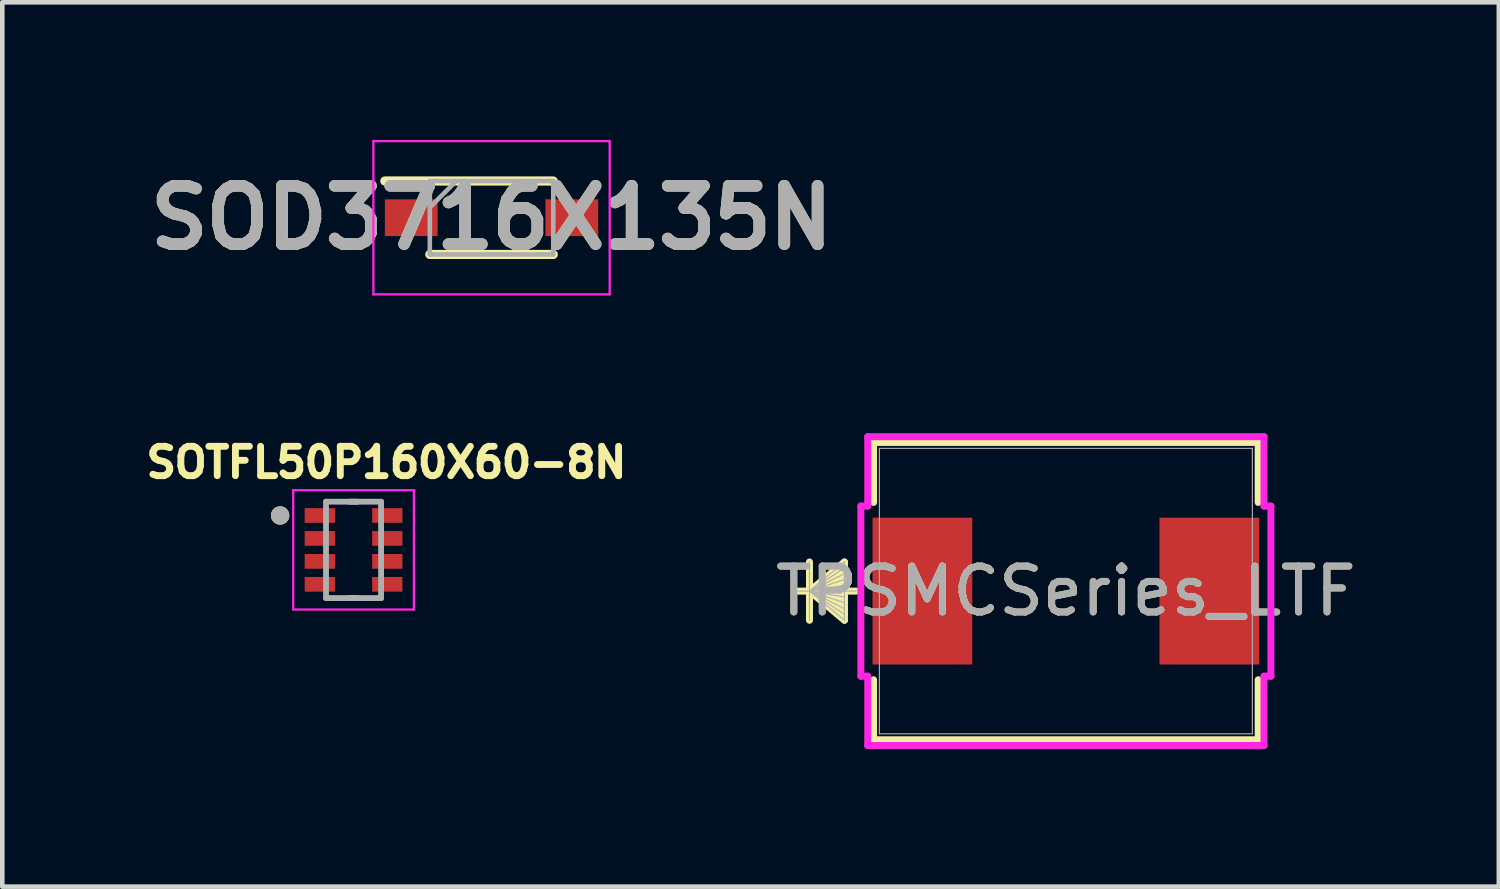
<source format=kicad_pcb>
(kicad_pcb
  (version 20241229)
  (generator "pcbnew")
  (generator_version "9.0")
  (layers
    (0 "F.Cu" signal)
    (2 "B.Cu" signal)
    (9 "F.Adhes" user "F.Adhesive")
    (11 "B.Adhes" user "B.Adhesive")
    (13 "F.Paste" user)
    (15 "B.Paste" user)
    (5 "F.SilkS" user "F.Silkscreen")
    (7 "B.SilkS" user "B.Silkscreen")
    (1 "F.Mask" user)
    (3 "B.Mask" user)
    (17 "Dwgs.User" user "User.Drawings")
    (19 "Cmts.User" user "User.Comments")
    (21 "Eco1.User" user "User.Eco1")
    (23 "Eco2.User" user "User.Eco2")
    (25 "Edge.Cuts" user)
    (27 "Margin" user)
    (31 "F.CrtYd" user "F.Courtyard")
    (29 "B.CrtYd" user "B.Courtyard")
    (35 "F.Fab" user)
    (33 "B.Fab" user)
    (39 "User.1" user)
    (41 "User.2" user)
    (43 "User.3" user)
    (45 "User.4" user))
  (footprint "SOD3716X135N"
    (layer "F.Cu")
    (at 7.662 1.695)
    (property "Reference" "SOD3716X135N" (at 0 0 0) (layer "F.SilkS") (effects (font (size 1.27 1.27) (thickness 0.254))))
    (attr smd)
    (fp_line (start -2.325 -0.8) (end 1.345 -0.8) (stroke (width 0.2) (type solid)) (layer "F.SilkS"))
    (fp_line (start -1.345 0.8) (end 1.345 0.8) (stroke (width 0.2) (type solid)) (layer "F.SilkS"))
    (fp_line (start -2.575 -1.67) (end 2.575 -1.67) (stroke (width 0.05) (type solid)) (layer "F.CrtYd"))
    (fp_line (start -2.575 1.67) (end -2.575 -1.67) (stroke (width 0.05) (type solid)) (layer "F.CrtYd"))
    (fp_line (start 2.575 -1.67) (end 2.575 1.67) (stroke (width 0.05) (type solid)) (layer "F.CrtYd"))
    (fp_line (start 2.575 1.67) (end -2.575 1.67) (stroke (width 0.05) (type solid)) (layer "F.CrtYd"))
    (fp_line (start -1.345 -0.8) (end 1.345 -0.8) (stroke (width 0.1) (type solid)) (layer "F.Fab"))
    (fp_line (start -1.345 -0.225) (end -0.77 -0.8) (stroke (width 0.1) (type solid)) (layer "F.Fab"))
    (fp_line (start -1.345 0.8) (end -1.345 -0.8) (stroke (width 0.1) (type solid)) (layer "F.Fab"))
    (fp_line (start 1.345 -0.8) (end 1.345 0.8) (stroke (width 0.1) (type solid)) (layer "F.Fab"))
    (fp_line (start 1.345 0.8) (end -1.345 0.8) (stroke (width 0.1) (type solid)) (layer "F.Fab"))
    (fp_text user "${REFERENCE}" (at 0 0 0) (layer "F.Fab") (effects (font (size 1.27 1.27) (thickness 0.254))))
    (pad "1" smd rect (at -1.75 0 90) (size 0.8 1.15) (layers "F.Cu" "F.Mask" "F.Paste"))
    (pad "2" smd rect (at 1.75 0 90) (size 0.8 1.15) (layers "F.Cu" "F.Mask" "F.Paste")))
  (footprint "SOTFL50P160X60-8N"
    (layer "F.Cu")
    (at 4.655 8.934)
    (property "Reference" "SOTFL50P160X60-8N" (at 0.717 -1.906 0) (layer "F.SilkS") (effects (font (size 0.64 0.64) (thickness 0.15))))
    (attr smd)
    (fp_poly (pts (xy -1.115 -0.96) (xy -0.355 -0.96) (xy -0.355 -0.54) (xy -1.115 -0.54)) (stroke (width 0.01) (type solid)) (fill yes) (layer "F.Mask"))
    (fp_poly (pts (xy -1.115 -0.46) (xy -0.355 -0.46) (xy -0.355 -0.04) (xy -1.115 -0.04)) (stroke (width 0.01) (type solid)) (fill yes) (layer "F.Mask"))
    (fp_poly (pts (xy -1.115 0.04) (xy -0.355 0.04) (xy -0.355 0.46) (xy -1.115 0.46)) (stroke (width 0.01) (type solid)) (fill yes) (layer "F.Mask"))
    (fp_poly (pts (xy -1.115 0.54) (xy -0.355 0.54) (xy -0.355 0.96) (xy -1.115 0.96)) (stroke (width 0.01) (type solid)) (fill yes) (layer "F.Mask"))
    (fp_poly (pts (xy 0.355 -0.96) (xy 1.115 -0.96) (xy 1.115 -0.54) (xy 0.355 -0.54)) (stroke (width 0.01) (type solid)) (fill yes) (layer "F.Mask"))
    (fp_poly (pts (xy 0.355 -0.46) (xy 1.115 -0.46) (xy 1.115 -0.04) (xy 0.355 -0.04)) (stroke (width 0.01) (type solid)) (fill yes) (layer "F.Mask"))
    (fp_poly (pts (xy 0.355 0.04) (xy 1.115 0.04) (xy 1.115 0.46) (xy 0.355 0.46)) (stroke (width 0.01) (type solid)) (fill yes) (layer "F.Mask"))
    (fp_poly (pts (xy 0.355 0.54) (xy 1.115 0.54) (xy 1.115 0.96) (xy 0.355 0.96)) (stroke (width 0.01) (type solid)) (fill yes) (layer "F.Mask"))
    (fp_line (start -0.085 -1.05) (end 0.085 -1.05) (stroke (width 0.127) (type solid)) (layer "F.SilkS"))
    (fp_line (start 0.085 1.05) (end -0.085 1.05) (stroke (width 0.127) (type solid)) (layer "F.SilkS"))
    (fp_circle (center -1.6 -0.75) (end -1.5 -0.75) (stroke (width 0.2) (type solid)) (fill no) (layer "F.SilkS"))
    (fp_line (start -1.315 -1.3) (end 1.315 -1.3) (stroke (width 0.05) (type solid)) (layer "F.CrtYd"))
    (fp_line (start -1.315 1.3) (end -1.315 -1.3) (stroke (width 0.05) (type solid)) (layer "F.CrtYd"))
    (fp_line (start 1.315 -1.3) (end 1.315 1.3) (stroke (width 0.05) (type solid)) (layer "F.CrtYd"))
    (fp_line (start 1.315 1.3) (end -1.315 1.3) (stroke (width 0.05) (type solid)) (layer "F.CrtYd"))
    (fp_line (start -0.6 -1.05) (end 0.6 -1.05) (stroke (width 0.127) (type solid)) (layer "F.Fab"))
    (fp_line (start -0.6 1.05) (end -0.6 -1.05) (stroke (width 0.127) (type solid)) (layer "F.Fab"))
    (fp_line (start 0.6 -1.05) (end 0.6 1.05) (stroke (width 0.127) (type solid)) (layer "F.Fab"))
    (fp_line (start 0.6 1.05) (end -0.6 1.05) (stroke (width 0.127) (type solid)) (layer "F.Fab"))
    (fp_circle (center -1.6 -0.75) (end -1.5 -0.75) (stroke (width 0.2) (type solid)) (fill no) (layer "F.Fab"))
    (pad "1" smd rect (at -0.735 -0.75) (size 0.66 0.32) (layers "F.Cu" "F.Paste"))
    (pad "2" smd rect (at -0.735 -0.25) (size 0.66 0.32) (layers "F.Cu" "F.Paste"))
    (pad "3" smd rect (at -0.735 0.25) (size 0.66 0.32) (layers "F.Cu" "F.Paste"))
    (pad "4" smd rect (at -0.735 0.75) (size 0.66 0.32) (layers "F.Cu" "F.Paste"))
    (pad "5" smd rect (at 0.735 0.75) (size 0.66 0.32) (layers "F.Cu" "F.Paste"))
    (pad "6" smd rect (at 0.735 0.25) (size 0.66 0.32) (layers "F.Cu" "F.Paste"))
    (pad "7" smd rect (at 0.735 -0.25) (size 0.66 0.32) (layers "F.Cu" "F.Paste"))
    (pad "8" smd rect (at 0.735 -0.75) (size 0.66 0.32) (layers "F.Cu" "F.Paste")))
  (footprint "TPSMCSeries_LTF"
    (layer "F.Cu")
    (at 20.179 9.832)
    (property "Reference" "TPSMCSeries_LTF" (at 0 0 0) (unlocked yes) (layer "F.SilkS") (effects (font (size 1 1) (thickness 0.15))))
    (attr smd)
    (fp_line (start -5.588 -0.635) (end -5.588 0.635) (stroke (width 0.152) (type solid)) (layer "F.SilkS"))
    (fp_line (start -5.588 0) (end -4.826 -0.635) (stroke (width 0.152) (type solid)) (layer "F.SilkS"))
    (fp_line (start -5.588 0) (end -4.826 -0.508) (stroke (width 0.152) (type solid)) (layer "F.SilkS"))
    (fp_line (start -5.588 0) (end -4.826 -0.381) (stroke (width 0.152) (type solid)) (layer "F.SilkS"))
    (fp_line (start -5.588 0) (end -4.826 -0.254) (stroke (width 0.152) (type solid)) (layer "F.SilkS"))
    (fp_line (start -5.588 0) (end -4.826 -0.127) (stroke (width 0.152) (type solid)) (layer "F.SilkS"))
    (fp_line (start -5.588 0) (end -4.826 0.127) (stroke (width 0.152) (type solid)) (layer "F.SilkS"))
    (fp_line (start -5.588 0) (end -4.826 0.254) (stroke (width 0.152) (type solid)) (layer "F.SilkS"))
    (fp_line (start -5.588 0) (end -4.826 0.381) (stroke (width 0.152) (type solid)) (layer "F.SilkS"))
    (fp_line (start -5.588 0) (end -4.826 0.508) (stroke (width 0.152) (type solid)) (layer "F.SilkS"))
    (fp_line (start -5.588 0) (end -4.826 0.635) (stroke (width 0.152) (type solid)) (layer "F.SilkS"))
    (fp_line (start -4.826 -0.635) (end -4.826 0.635) (stroke (width 0.152) (type solid)) (layer "F.SilkS"))
    (fp_line (start -4.572 0) (end -5.842 0) (stroke (width 0.152) (type solid)) (layer "F.SilkS"))
    (fp_line (start -4.191 -3.239) (end -4.191 -1.933) (stroke (width 0.152) (type solid)) (layer "F.SilkS"))
    (fp_line (start -4.191 1.933) (end -4.191 3.239) (stroke (width 0.152) (type solid)) (layer "F.SilkS"))
    (fp_line (start -4.191 3.239) (end 4.191 3.239) (stroke (width 0.152) (type solid)) (layer "F.SilkS"))
    (fp_line (start 4.191 -3.239) (end -4.191 -3.239) (stroke (width 0.152) (type solid)) (layer "F.SilkS"))
    (fp_line (start 4.191 -1.933) (end 4.191 -3.239) (stroke (width 0.152) (type solid)) (layer "F.SilkS"))
    (fp_line (start 4.191 3.239) (end 4.191 1.933) (stroke (width 0.152) (type solid)) (layer "F.SilkS"))
    (fp_line (start -4.468 -1.854) (end -4.318 -1.854) (stroke (width 0.152) (type solid)) (layer "F.CrtYd"))
    (fp_line (start -4.468 1.854) (end -4.468 -1.854) (stroke (width 0.152) (type solid)) (layer "F.CrtYd"))
    (fp_line (start -4.318 -3.365) (end 4.318 -3.365) (stroke (width 0.152) (type solid)) (layer "F.CrtYd"))
    (fp_line (start -4.318 -1.854) (end -4.318 -3.365) (stroke (width 0.152) (type solid)) (layer "F.CrtYd"))
    (fp_line (start -4.318 1.854) (end -4.468 1.854) (stroke (width 0.152) (type solid)) (layer "F.CrtYd"))
    (fp_line (start -4.318 3.365) (end -4.318 1.854) (stroke (width 0.152) (type solid)) (layer "F.CrtYd"))
    (fp_line (start 4.318 -3.365) (end 4.318 -1.854) (stroke (width 0.152) (type solid)) (layer "F.CrtYd"))
    (fp_line (start 4.318 -1.854) (end 4.468 -1.854) (stroke (width 0.152) (type solid)) (layer "F.CrtYd"))
    (fp_line (start 4.318 1.854) (end 4.318 3.365) (stroke (width 0.152) (type solid)) (layer "F.CrtYd"))
    (fp_line (start 4.318 3.365) (end -4.318 3.365) (stroke (width 0.152) (type solid)) (layer "F.CrtYd"))
    (fp_line (start 4.468 -1.854) (end 4.468 1.854) (stroke (width 0.152) (type solid)) (layer "F.CrtYd"))
    (fp_line (start 4.468 1.854) (end 4.318 1.854) (stroke (width 0.152) (type solid)) (layer "F.CrtYd"))
    (fp_line (start -5.588 -0.635) (end -5.588 0.635) (stroke (width 0.025) (type solid)) (layer "F.Fab"))
    (fp_line (start -5.588 0) (end -4.826 -0.635) (stroke (width 0.025) (type solid)) (layer "F.Fab"))
    (fp_line (start -5.588 0) (end -4.826 -0.508) (stroke (width 0.025) (type solid)) (layer "F.Fab"))
    (fp_line (start -5.588 0) (end -4.826 -0.381) (stroke (width 0.025) (type solid)) (layer "F.Fab"))
    (fp_line (start -5.588 0) (end -4.826 -0.254) (stroke (width 0.025) (type solid)) (layer "F.Fab"))
    (fp_line (start -5.588 0) (end -4.826 -0.127) (stroke (width 0.025) (type solid)) (layer "F.Fab"))
    (fp_line (start -5.588 0) (end -4.826 0.127) (stroke (width 0.025) (type solid)) (layer "F.Fab"))
    (fp_line (start -5.588 0) (end -4.826 0.254) (stroke (width 0.025) (type solid)) (layer "F.Fab"))
    (fp_line (start -5.588 0) (end -4.826 0.381) (stroke (width 0.025) (type solid)) (layer "F.Fab"))
    (fp_line (start -5.588 0) (end -4.826 0.508) (stroke (width 0.025) (type solid)) (layer "F.Fab"))
    (fp_line (start -5.588 0) (end -4.826 0.635) (stroke (width 0.025) (type solid)) (layer "F.Fab"))
    (fp_line (start -4.826 -0.635) (end -4.826 0.635) (stroke (width 0.025) (type solid)) (layer "F.Fab"))
    (fp_line (start -4.572 0) (end -5.842 0) (stroke (width 0.025) (type solid)) (layer "F.Fab"))
    (fp_line (start -4.064 -3.111) (end -4.064 3.111) (stroke (width 0.025) (type solid)) (layer "F.Fab"))
    (fp_line (start -4.064 3.111) (end 4.064 3.111) (stroke (width 0.025) (type solid)) (layer "F.Fab"))
    (fp_line (start 4.064 -3.111) (end -4.064 -3.111) (stroke (width 0.025) (type solid)) (layer "F.Fab"))
    (fp_line (start 4.064 3.111) (end 4.064 -3.111) (stroke (width 0.025) (type solid)) (layer "F.Fab"))
    (fp_text user "${REFERENCE}" (at 0 0 0) (unlocked yes) (layer "F.Fab") (effects (font (size 1 1) (thickness 0.15))))
    (pad "1" smd rect (at -3.127 0 90) (size 3.2 2.174) (layers "F.Cu" "F.Mask" "F.Paste"))
    (pad "2" smd rect (at 3.127 0 90) (size 3.2 2.174) (layers "F.Cu" "F.Mask" "F.Paste"))
    (zone (net_name "") (layer "F.Cu") (hatch full 0.508) (connect_pads) (min_thickness 0.254) (filled_areas_thickness no) (keepout (tracks not_allowed) (vias not_allowed) (pads allowed) (copperpour not_allowed) (footprints allowed)) (placement (enabled no)) (fill) (polygon (pts (xy 16.166 6.771) (xy 24.193 6.771) (xy 24.193 8.181) (xy 16.166 8.181))))
    (zone (net_name "") (layer "F.Cu") (hatch full 0.508) (connect_pads) (min_thickness 0.254) (filled_areas_thickness no) (keepout (tracks not_allowed) (vias not_allowed) (pads allowed) (copperpour not_allowed) (footprints allowed)) (placement (enabled no)) (fill) (polygon (pts (xy 16.166 11.483) (xy 24.193 11.483) (xy 24.193 12.892) (xy 16.166 12.892))))
    (zone (net_name "") (layer "F.Cu") (hatch full 0.508) (connect_pads) (min_thickness 0.254) (filled_areas_thickness no) (keepout (tracks not_allowed) (vias not_allowed) (pads allowed) (copperpour not_allowed) (footprints allowed)) (placement (enabled no)) (fill) (polygon (pts (xy 18.19 8.181) (xy 22.169 8.181) (xy 22.169 11.483) (xy 18.19 11.483)))))
  (gr_rect
    (start -3 -3)
    (end 29.614 16.273)
    (stroke (width 0.1) (type default))
    (fill no)
    (layer "Edge.Cuts")))
</source>
